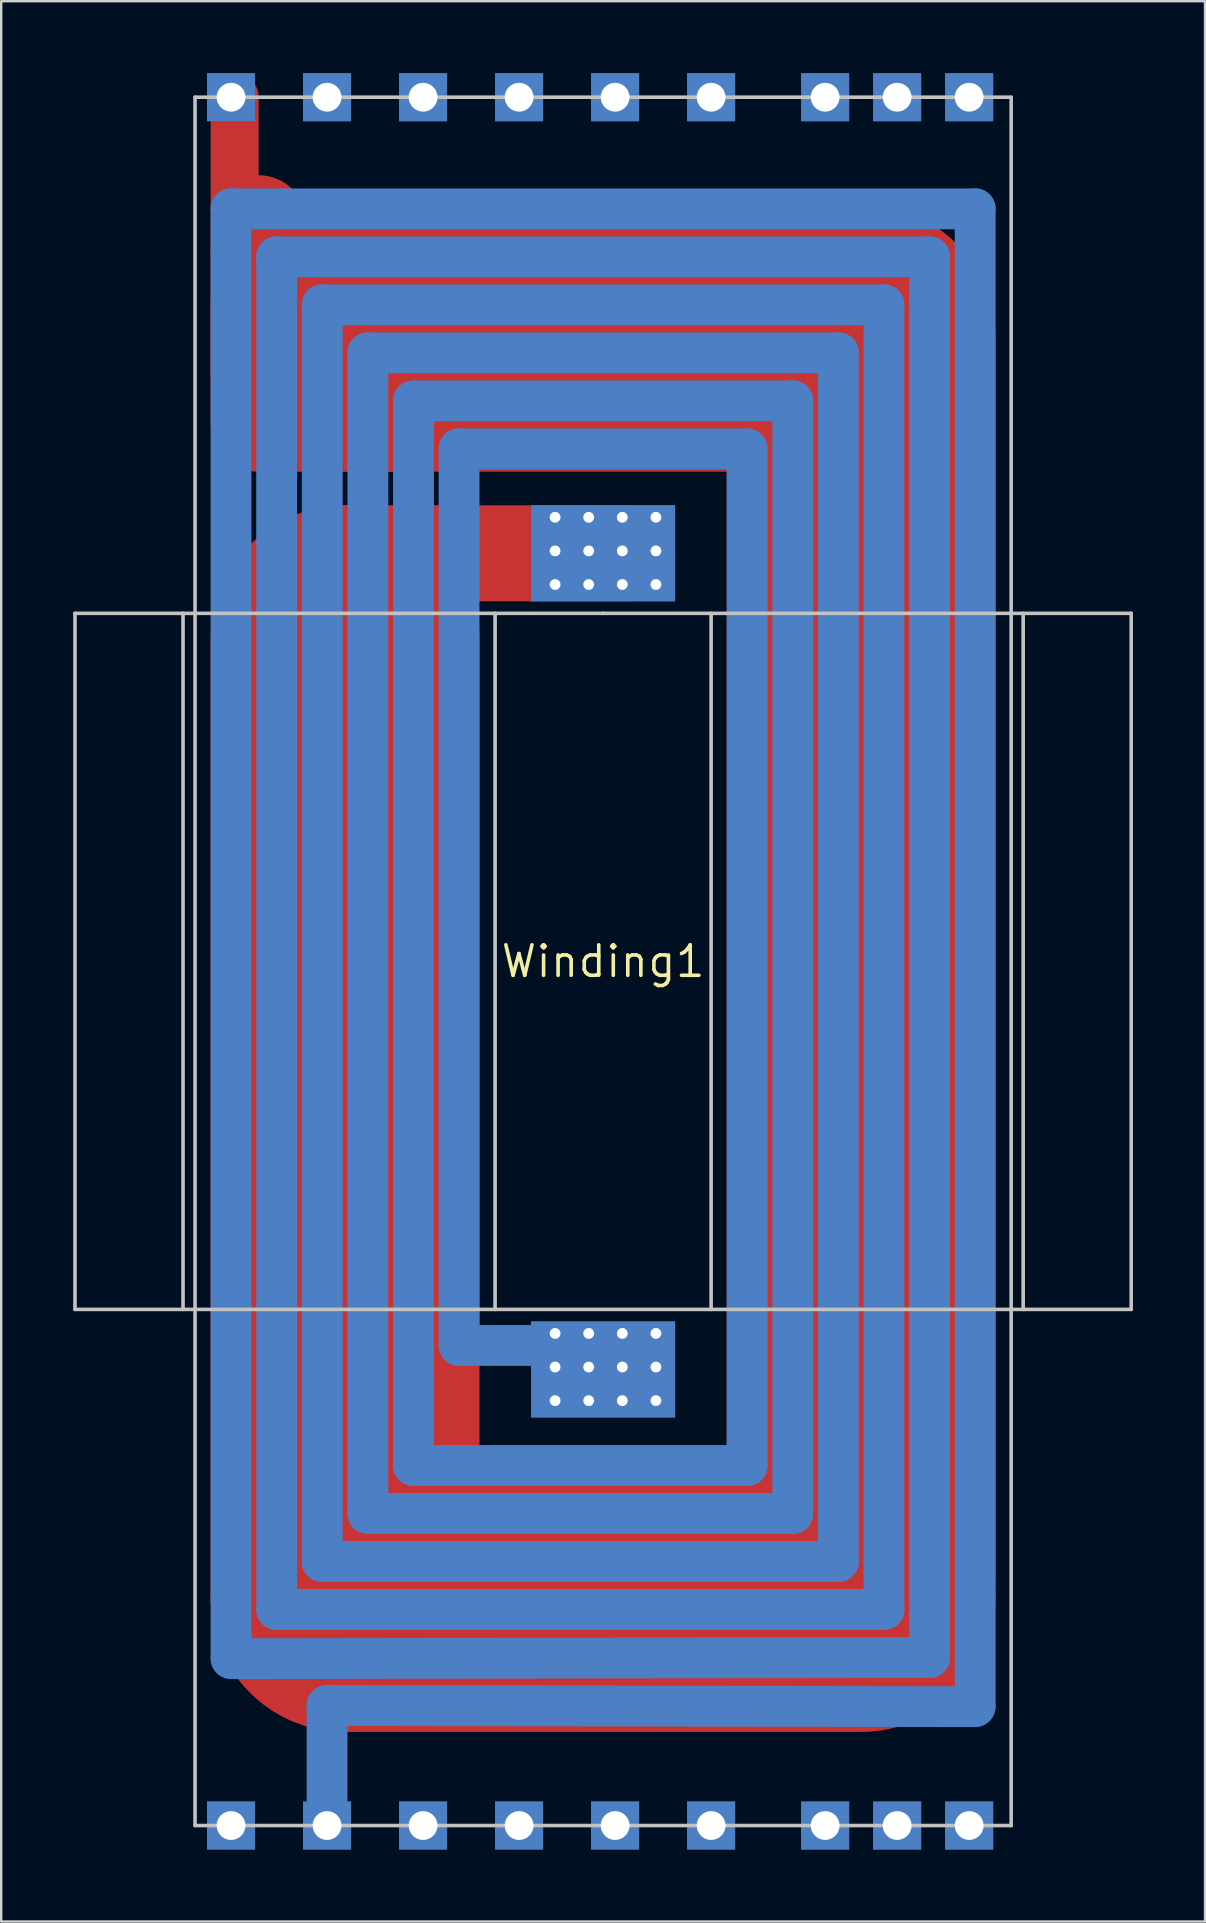
<source format=kicad_pcb>
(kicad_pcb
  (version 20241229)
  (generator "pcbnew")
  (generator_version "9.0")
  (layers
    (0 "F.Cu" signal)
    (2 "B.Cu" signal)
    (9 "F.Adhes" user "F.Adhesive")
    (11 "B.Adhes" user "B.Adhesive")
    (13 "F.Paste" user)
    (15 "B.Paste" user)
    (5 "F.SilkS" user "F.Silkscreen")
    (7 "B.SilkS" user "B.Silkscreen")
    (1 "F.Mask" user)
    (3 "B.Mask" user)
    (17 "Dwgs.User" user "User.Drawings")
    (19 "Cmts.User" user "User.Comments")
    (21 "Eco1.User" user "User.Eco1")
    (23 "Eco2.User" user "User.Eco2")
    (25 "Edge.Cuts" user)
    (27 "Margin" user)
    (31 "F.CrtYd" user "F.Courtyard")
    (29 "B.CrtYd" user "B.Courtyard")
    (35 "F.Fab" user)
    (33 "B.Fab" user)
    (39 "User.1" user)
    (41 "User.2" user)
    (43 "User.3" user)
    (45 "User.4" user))
  (footprint "Winding1"
    (layer "F.Cu")
    (at 22.075 37)
    (property "Reference" "Winding1" (at 0 0 0) (layer "F.SilkS") (effects (font (size 1.27 1.27) (thickness 0.15))))
    (attr through_hole)
    (fp_line (start -15.35 -36) (end -15.35 -31) (stroke (width 2) (type solid)) (layer "F.Cu"))
    (fp_line (start -14.35 -30.75) (end -14.35 -22.6) (stroke (width 4) (type solid)) (layer "F.Cu"))
    (fp_line (start -14.35 -29.6) (end -7.5 -29.6) (stroke (width 4) (type solid)) (layer "F.Cu"))
    (fp_line (start -14.35 -22.4) (end -7.5 -22.4) (stroke (width 4) (type solid)) (layer "F.Cu"))
    (fp_line (start -12.35 -27.5) (end -12.35 -24.4) (stroke (width 8) (type solid)) (layer "F.Cu"))
    (fp_line (start -10.75 26.5) (end -10.75 -13.4) (stroke (width 11.2) (type solid)) (layer "F.Cu"))
    (fp_line (start -10.5 -26) (end 10 -26) (stroke (width 11.2) (type solid)) (layer "F.Cu"))
    (fp_line (start 1 -17) (end -10.75 -17) (stroke (width 4) (type solid)) (layer "F.Cu"))
    (fp_line (start 10.75 -25.95) (end 10.75 25.55) (stroke (width 11.2) (type solid)) (layer "F.Cu"))
    (fp_line (start 10.75 26.5) (end -10.75 26.5) (stroke (width 11.2) (type solid)) (layer "F.Cu"))
    (fp_line (start -15.5 -31.35) (end -15.5 29) (stroke (width 1.7) (type solid)) (layer "B.Cu"))
    (fp_line (start -15.5 29.05) (end 13.6 29) (stroke (width 1.7) (type solid)) (layer "B.Cu"))
    (fp_line (start -13.6 -29.35) (end -13.6 27) (stroke (width 1.7) (type solid)) (layer "B.Cu"))
    (fp_line (start -13.6 27) (end 11.7 27) (stroke (width 1.7) (type solid)) (layer "B.Cu"))
    (fp_line (start -11.7 -27.35) (end -11.7 25) (stroke (width 1.7) (type solid)) (layer "B.Cu"))
    (fp_line (start -11.7 25) (end 9.8 25) (stroke (width 1.7) (type solid)) (layer "B.Cu"))
    (fp_line (start -11.5 31) (end 15.5 31.05) (stroke (width 1.7) (type solid)) (layer "B.Cu"))
    (fp_line (start -11.5 36) (end -11.5 31) (stroke (width 1.7) (type solid)) (layer "B.Cu"))
    (fp_line (start -9.8 -25.35) (end -9.8 23) (stroke (width 1.7) (type solid)) (layer "B.Cu"))
    (fp_line (start -9.8 23) (end 7.9 23) (stroke (width 1.7) (type solid)) (layer "B.Cu"))
    (fp_line (start -7.9 -23.35) (end -7.9 21) (stroke (width 1.7) (type solid)) (layer "B.Cu"))
    (fp_line (start -7.9 21) (end 6 21) (stroke (width 1.7) (type solid)) (layer "B.Cu"))
    (fp_line (start -6 -21.35) (end -6 16) (stroke (width 1.7) (type solid)) (layer "B.Cu"))
    (fp_line (start -6 16) (end 1 16) (stroke (width 1.7) (type solid)) (layer "B.Cu"))
    (fp_line (start 6 -21.35) (end -6 -21.35) (stroke (width 1.7) (type solid)) (layer "B.Cu"))
    (fp_line (start 6 21) (end 6 -21.35) (stroke (width 1.7) (type solid)) (layer "B.Cu"))
    (fp_line (start 7.9 -23.35) (end -7.9 -23.35) (stroke (width 1.7) (type solid)) (layer "B.Cu"))
    (fp_line (start 7.9 23) (end 7.9 -23.35) (stroke (width 1.7) (type solid)) (layer "B.Cu"))
    (fp_line (start 9.8 -25.35) (end -9.8 -25.35) (stroke (width 1.7) (type solid)) (layer "B.Cu"))
    (fp_line (start 9.8 25) (end 9.8 -25.35) (stroke (width 1.7) (type solid)) (layer "B.Cu"))
    (fp_line (start 11.7 -27.35) (end -11.7 -27.35) (stroke (width 1.7) (type solid)) (layer "B.Cu"))
    (fp_line (start 11.7 27) (end 11.7 -27.35) (stroke (width 1.7) (type solid)) (layer "B.Cu"))
    (fp_line (start 13.6 -29.35) (end -13.6 -29.35) (stroke (width 1.7) (type solid)) (layer "B.Cu"))
    (fp_line (start 13.6 29) (end 13.6 -29.35) (stroke (width 1.7) (type solid)) (layer "B.Cu"))
    (fp_line (start 15.5 -31.35) (end -15.5 -31.35) (stroke (width 1.7) (type solid)) (layer "B.Cu"))
    (fp_line (start 15.5 31) (end 15.5 -31.35) (stroke (width 1.7) (type solid)) (layer "B.Cu"))
    (fp_line (start -15.5 -31.35) (end 15.5 -31.35) (stroke (width 1.7) (type solid)) (layer "In1.Cu"))
    (fp_line (start -15.5 31.5) (end -15.5 -31.35) (stroke (width 1.7) (type solid)) (layer "In1.Cu"))
    (fp_line (start -15.5 36) (end -15.5 31.5) (stroke (width 1.7) (type solid)) (layer "In1.Cu"))
    (fp_line (start -13.6 -29.35) (end 13.6 -29.35) (stroke (width 1.7) (type solid)) (layer "In1.Cu"))
    (fp_line (start -13.6 29) (end -13.6 -29.35) (stroke (width 1.7) (type solid)) (layer "In1.Cu"))
    (fp_line (start -11.7 -27.35) (end 11.7 -27.35) (stroke (width 1.7) (type solid)) (layer "In1.Cu"))
    (fp_line (start -11.7 27) (end -11.7 -27.35) (stroke (width 1.7) (type solid)) (layer "In1.Cu"))
    (fp_line (start -9.8 -25.35) (end 9.8 -25.35) (stroke (width 1.7) (type solid)) (layer "In1.Cu"))
    (fp_line (start -9.8 25) (end -9.8 -25.35) (stroke (width 1.7) (type solid)) (layer "In1.Cu"))
    (fp_line (start -7.9 -23.35) (end 7.9 -23.35) (stroke (width 1.7) (type solid)) (layer "In1.Cu"))
    (fp_line (start -7.9 23) (end -7.9 -23.35) (stroke (width 1.7) (type solid)) (layer "In1.Cu"))
    (fp_line (start -6 -21.35) (end 6 -21.35) (stroke (width 1.7) (type solid)) (layer "In1.Cu"))
    (fp_line (start -6 21) (end -6 -21.35) (stroke (width 1.7) (type solid)) (layer "In1.Cu"))
    (fp_line (start 6 -21.35) (end 6 16) (stroke (width 1.7) (type solid)) (layer "In1.Cu"))
    (fp_line (start 6 16) (end -1 16) (stroke (width 1.7) (type solid)) (layer "In1.Cu"))
    (fp_line (start 7.9 -23.35) (end 7.9 21) (stroke (width 1.7) (type solid)) (layer "In1.Cu"))
    (fp_line (start 7.9 21) (end -6 21) (stroke (width 1.7) (type solid)) (layer "In1.Cu"))
    (fp_line (start 9.8 -25.35) (end 9.8 23) (stroke (width 1.7) (type solid)) (layer "In1.Cu"))
    (fp_line (start 9.8 23) (end -7.9 23) (stroke (width 1.7) (type solid)) (layer "In1.Cu"))
    (fp_line (start 11.7 -27.35) (end 11.7 25) (stroke (width 1.7) (type solid)) (layer "In1.Cu"))
    (fp_line (start 11.7 25) (end -9.8 25) (stroke (width 1.7) (type solid)) (layer "In1.Cu"))
    (fp_line (start 13.6 -29.35) (end 13.6 27) (stroke (width 1.7) (type solid)) (layer "In1.Cu"))
    (fp_line (start 13.6 27) (end -11.7 27) (stroke (width 1.7) (type solid)) (layer "In1.Cu"))
    (fp_line (start 15.5 -31.35) (end 15.5 29) (stroke (width 1.7) (type solid)) (layer "In1.Cu"))
    (fp_line (start 15.5 29.05) (end -13.6 29) (stroke (width 1.7) (type solid)) (layer "In1.Cu"))
    (fp_line (start -13.95 -29) (end -7.55 -29) (stroke (width 4.8) (type solid)) (layer "In2.Cu"))
    (fp_line (start -13.95 -24.5) (end -13.95 -29) (stroke (width 4.8) (type solid)) (layer "In2.Cu"))
    (fp_line (start -11.5 -36) (end -11.5 -23) (stroke (width 2) (type solid)) (layer "In2.Cu"))
    (fp_line (start -10.75 -25.8) (end -10.75 26.5) (stroke (width 11.2) (type solid)) (layer "In2.Cu"))
    (fp_line (start -10.75 26.5) (end 10.75 26.5) (stroke (width 11.2) (type solid)) (layer "In2.Cu"))
    (fp_line (start -7.55 -24.5) (end -7.55 -29) (stroke (width 4.8) (type solid)) (layer "In2.Cu"))
    (fp_line (start -1 -17) (end 11 -17) (stroke (width 4) (type solid)) (layer "In2.Cu"))
    (fp_line (start 10.75 26.5) (end 10.75 -13.4) (stroke (width 11.2) (type solid)) (layer "In2.Cu"))
    (fp_line (start -22 -14.5) (end 0 -14.5) (stroke (width 0.15) (type solid)) (layer "Dwgs.User"))
    (fp_line (start -22 14.5) (end -22 -14.5) (stroke (width 0.15) (type solid)) (layer "Dwgs.User"))
    (fp_line (start -17.5 14.5) (end -17.5 -14.5) (stroke (width 0.15) (type solid)) (layer "Dwgs.User"))
    (fp_line (start -17 -36) (end -17 -14.5) (stroke (width 0.15) (type solid)) (layer "Dwgs.User"))
    (fp_line (start -17 36) (end -17 -14.5) (stroke (width 0.15) (type solid)) (layer "Dwgs.User"))
    (fp_line (start -4.5 -14.5) (end -4.5 14.5) (stroke (width 0.15) (type solid)) (layer "Dwgs.User"))
    (fp_line (start 0 -36) (end -17 -36) (stroke (width 0.15) (type solid)) (layer "Dwgs.User"))
    (fp_line (start 0 -36) (end 17 -36) (stroke (width 0.15) (type solid)) (layer "Dwgs.User"))
    (fp_line (start 0 -14.5) (end 22 -14.5) (stroke (width 0.15) (type solid)) (layer "Dwgs.User"))
    (fp_line (start 4.5 14.5) (end 4.5 -14.5) (stroke (width 0.15) (type solid)) (layer "Dwgs.User"))
    (fp_line (start 17 -36) (end 17 36) (stroke (width 0.15) (type solid)) (layer "Dwgs.User"))
    (fp_line (start 17 36) (end -17 36) (stroke (width 0.15) (type solid)) (layer "Dwgs.User"))
    (fp_line (start 17.5 14.5) (end 17.5 -14.5) (stroke (width 0.15) (type solid)) (layer "Dwgs.User"))
    (fp_line (start 22 -14.5) (end 22 14.5) (stroke (width 0.15) (type solid)) (layer "Dwgs.User"))
    (fp_line (start 22 14.5) (end -22 14.5) (stroke (width 0.15) (type solid)) (layer "Dwgs.User"))
    (pad "0" thru_hole circle (at -2 -18.5) (size 0.8 0.8) (drill 0.45) (layers "*.Cu"))
    (pad "0" thru_hole circle (at -2 -17.1) (size 0.8 0.8) (drill 0.45) (layers "*.Cu"))
    (pad "0" thru_hole circle (at -2 -15.7) (size 0.8 0.8) (drill 0.45) (layers "*.Cu"))
    (pad "0" thru_hole circle (at -2 15.5) (size 0.8 0.8) (drill 0.45) (layers "*.Cu"))
    (pad "0" thru_hole circle (at -2 16.9) (size 0.8 0.8) (drill 0.45) (layers "*.Cu"))
    (pad "0" thru_hole circle (at -2 18.3) (size 0.8 0.8) (drill 0.45) (layers "*.Cu"))
    (pad "0" thru_hole circle (at -0.6 -18.5) (size 0.8 0.8) (drill 0.45) (layers "*.Cu"))
    (pad "0" thru_hole circle (at -0.6 -17.1) (size 0.8 0.8) (drill 0.45) (layers "*.Cu"))
    (pad "0" thru_hole circle (at -0.6 -15.7) (size 0.8 0.8) (drill 0.45) (layers "*.Cu"))
    (pad "0" thru_hole circle (at -0.6 15.5) (size 0.8 0.8) (drill 0.45) (layers "*.Cu"))
    (pad "0" thru_hole circle (at -0.6 16.9) (size 0.8 0.8) (drill 0.45) (layers "*.Cu"))
    (pad "0" thru_hole circle (at -0.6 18.3) (size 0.8 0.8) (drill 0.45) (layers "*.Cu"))
    (pad "0" smd rect (at 0 -17) (size 6 4) (layers "*.Cu"))
    (pad "0" smd rect (at 0 17) (size 6 4) (layers "*.Cu"))
    (pad "0" thru_hole circle (at 0.8 -18.5) (size 0.8 0.8) (drill 0.45) (layers "*.Cu"))
    (pad "0" thru_hole circle (at 0.8 -17.1) (size 0.8 0.8) (drill 0.45) (layers "*.Cu"))
    (pad "0" thru_hole circle (at 0.8 -15.7) (size 0.8 0.8) (drill 0.45) (layers "*.Cu"))
    (pad "0" thru_hole circle (at 0.8 15.5) (size 0.8 0.8) (drill 0.45) (layers "*.Cu"))
    (pad "0" thru_hole circle (at 0.8 16.9) (size 0.8 0.8) (drill 0.45) (layers "*.Cu"))
    (pad "0" thru_hole circle (at 0.8 18.3) (size 0.8 0.8) (drill 0.45) (layers "*.Cu"))
    (pad "0" thru_hole circle (at 2.2 -18.5) (size 0.8 0.8) (drill 0.45) (layers "*.Cu"))
    (pad "0" thru_hole circle (at 2.2 -17.1) (size 0.8 0.8) (drill 0.45) (layers "*.Cu"))
    (pad "0" thru_hole circle (at 2.2 -15.7) (size 0.8 0.8) (drill 0.45) (layers "*.Cu"))
    (pad "0" thru_hole circle (at 2.2 15.5) (size 0.8 0.8) (drill 0.45) (layers "*.Cu"))
    (pad "0" thru_hole circle (at 2.2 16.9) (size 0.8 0.8) (drill 0.45) (layers "*.Cu"))
    (pad "0" thru_hole circle (at 2.2 18.3) (size 0.8 0.8) (drill 0.45) (layers "*.Cu"))
    (pad "1" thru_hole rect (at -15.5 -36) (size 2 2) (drill 1.2) (layers "*.Cu" "*.Mask"))
    (pad "2" thru_hole rect (at -11.5 -36) (size 2 2) (drill 1.2) (layers "*.Cu" "*.Mask"))
    (pad "3" thru_hole rect (at -7.5 -36) (size 2 2) (drill 1.2) (layers "*.Cu" "*.Mask"))
    (pad "4" thru_hole rect (at -3.5 -36) (size 2 2) (drill 1.2) (layers "*.Cu" "*.Mask"))
    (pad "5" thru_hole rect (at 0.5 -36) (size 2 2) (drill 1.2) (layers "*.Cu" "*.Mask"))
    (pad "6" thru_hole rect (at 4.5 -36) (size 2 2) (drill 1.2) (layers "*.Cu" "*.Mask"))
    (pad "7" thru_hole rect (at 9.25 -36) (size 2 2) (drill 1.2) (layers "*.Cu" "*.Mask"))
    (pad "8" thru_hole rect (at 12.25 -36) (size 2 2) (drill 1.2) (layers "*.Cu" "*.Mask"))
    (pad "9" thru_hole rect (at 15.25 -36) (size 2 2) (drill 1.2) (layers "*.Cu" "*.Mask"))
    (pad "10" thru_hole rect (at -15.5 36) (size 2 2) (drill 1.2) (layers "*.Cu" "*.Mask"))
    (pad "11" thru_hole rect (at -11.5 36) (size 2 2) (drill 1.2) (layers "*.Cu" "*.Mask"))
    (pad "12" thru_hole rect (at -7.5 36) (size 2 2) (drill 1.2) (layers "*.Cu" "*.Mask"))
    (pad "13" thru_hole rect (at -3.5 36) (size 2 2) (drill 1.2) (layers "*.Cu" "*.Mask"))
    (pad "14" thru_hole rect (at 0.5 36) (size 2 2) (drill 1.2) (layers "*.Cu" "*.Mask"))
    (pad "15" thru_hole rect (at 4.5 36) (size 2 2) (drill 1.2) (layers "*.Cu" "*.Mask"))
    (pad "16" thru_hole rect (at 9.25 36) (size 2 2) (drill 1.2) (layers "*.Cu" "*.Mask"))
    (pad "17" thru_hole rect (at 12.25 36) (size 2 2) (drill 1.2) (layers "*.Cu" "*.Mask"))
    (pad "18" thru_hole rect (at 15.25 36) (size 2 2) (drill 1.2) (layers "*.Cu" "*.Mask")))
  (gr_rect
    (start -3 -3)
    (end 47.15 77)
    (stroke (width 0.1) (type default))
    (fill no)
    (layer "Edge.Cuts")))
</source>
